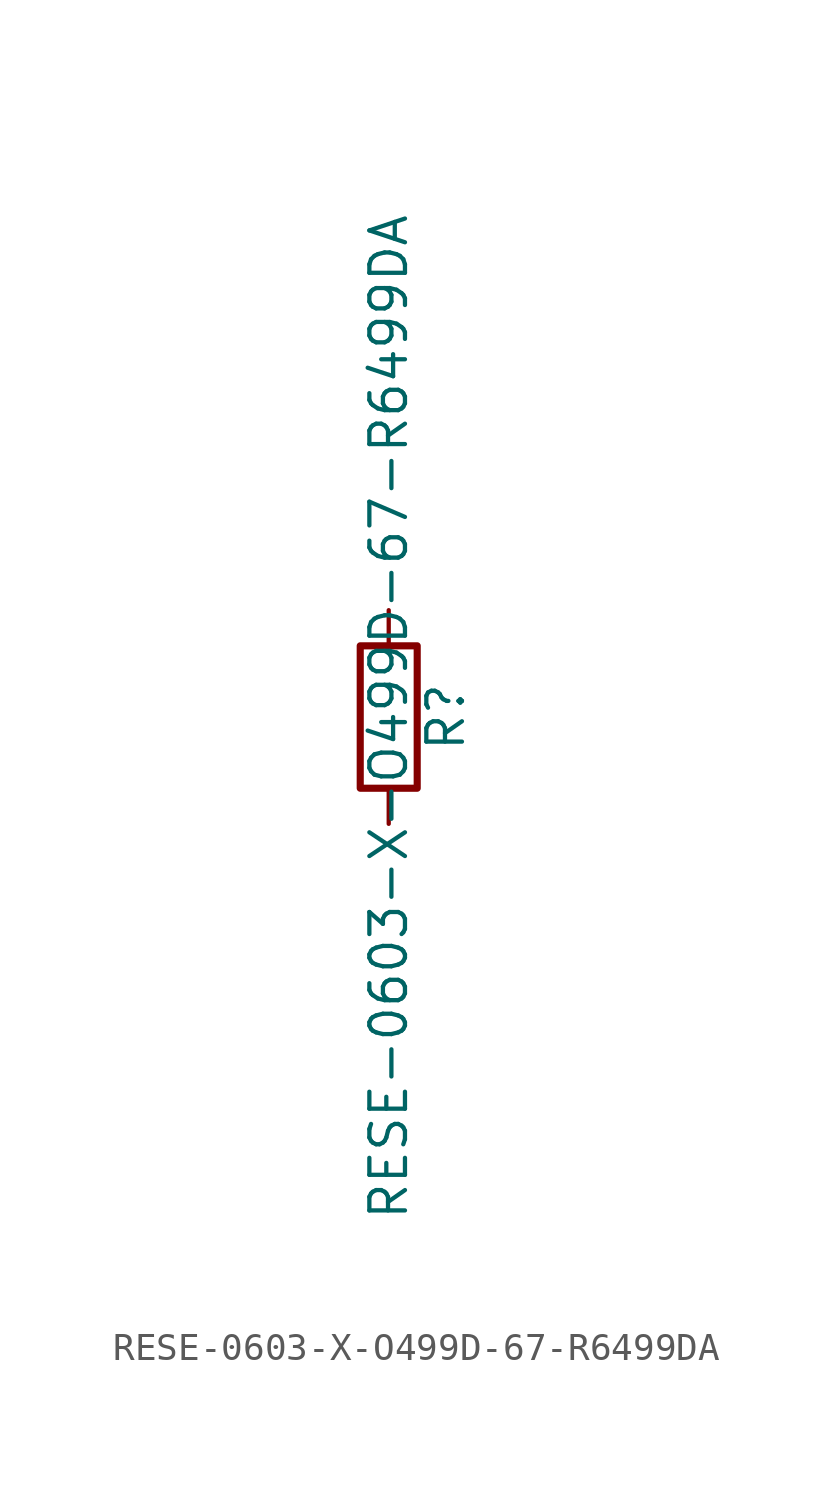
<source format=kicad_sym>
(kicad_symbol_lib
  (version 20211014)
  (generator kicad_symbol_editor)
  (symbol "RESE-0603-X-O499D-67-R6499DA"
    (pin_numbers hide)
    (pin_names
      (offset 0))
    (property "Reference" "R"
      (at 2.032 0 90)
      (effects (font (size 1.27 1.27))))
    (property "Value" "RESE-0603-X-O499D-67-R6499DA"
      (at 0 0 90)
      (effects (font (size 1.27 1.27))))
    (symbol "RESE-0603-X-O499D-67-R6499DA_0_1"
      (rectangle (start -1.016 -2.54) (end 1.016 2.54) (stroke (width 0.254) (type default) (color 0 0 0 0)) (fill (type none))))
    (symbol "RESE-0603-X-O499D-67-R6499DA_1_1"
      (pin passive line (at 0 3.81 270) (length 1.27) (name "~" (effects (font (size 1.27 1.27)))) (number "1" (effects (font (size 1.27 1.27)))))
      (pin passive line (at 0 -3.81 90) (length 1.27) (name "~" (effects (font (size 1.27 1.27)))) (number "2" (effects (font (size 1.27 1.27))))))))
</source>
